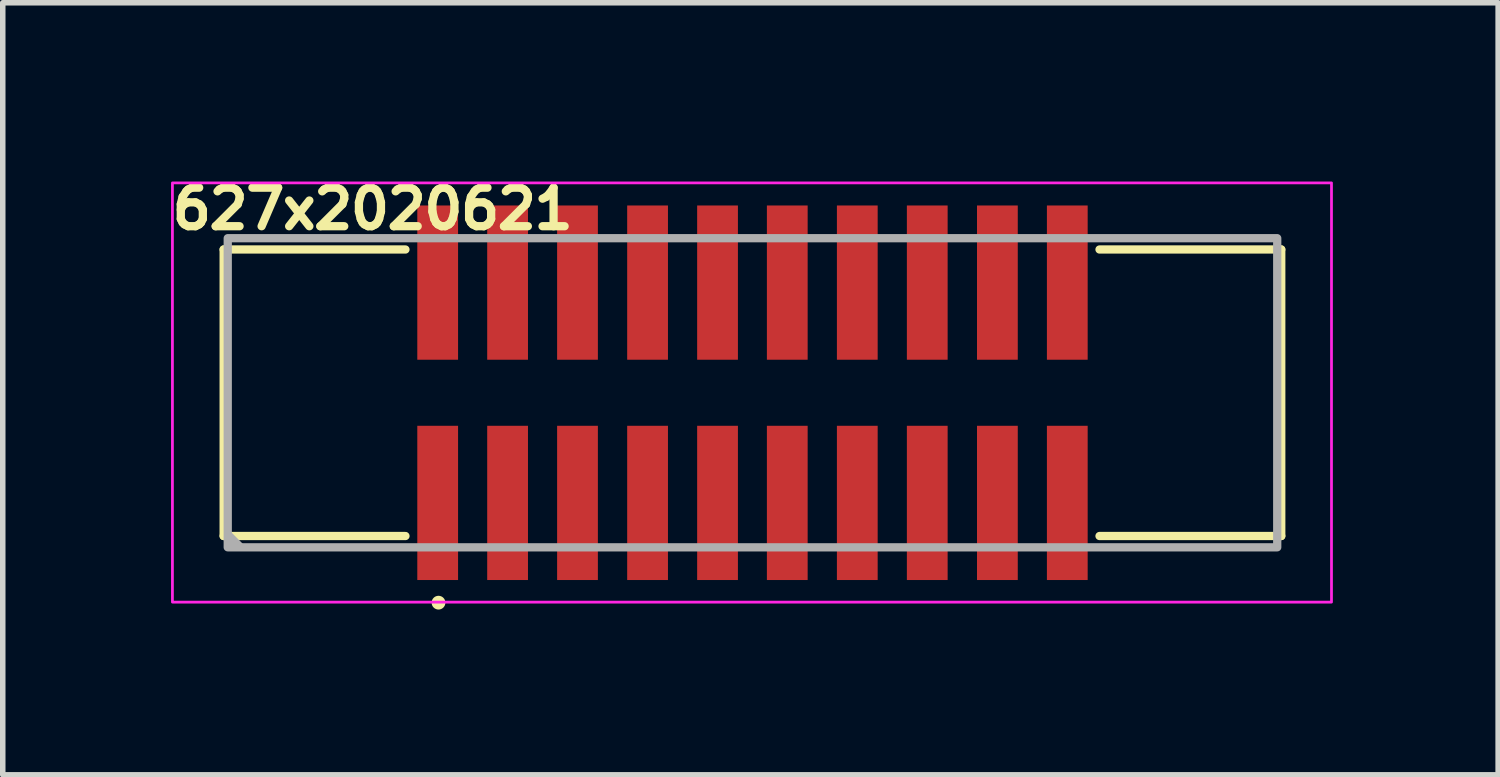
<source format=kicad_pcb>
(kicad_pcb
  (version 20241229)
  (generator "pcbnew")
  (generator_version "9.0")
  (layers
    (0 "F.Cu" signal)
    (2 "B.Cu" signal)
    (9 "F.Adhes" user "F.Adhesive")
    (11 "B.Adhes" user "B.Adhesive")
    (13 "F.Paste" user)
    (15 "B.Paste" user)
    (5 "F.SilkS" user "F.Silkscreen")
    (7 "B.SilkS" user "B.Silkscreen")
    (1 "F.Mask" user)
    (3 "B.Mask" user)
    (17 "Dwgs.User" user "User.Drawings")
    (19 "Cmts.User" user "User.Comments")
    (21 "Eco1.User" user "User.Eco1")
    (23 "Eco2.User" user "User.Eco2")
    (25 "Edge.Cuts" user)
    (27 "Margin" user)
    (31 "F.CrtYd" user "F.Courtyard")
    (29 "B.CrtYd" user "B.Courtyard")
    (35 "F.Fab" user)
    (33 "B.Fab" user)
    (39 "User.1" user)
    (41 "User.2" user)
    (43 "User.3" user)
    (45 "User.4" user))
  (footprint "627x2020621"
    (layer "F.Cu")
    (at 10.61 4.08)
    (property "Reference" "627x2020621" (at -10.61 -2.93 0) (layer "F.SilkS") (effects (font (size 0.7 0.7) (thickness 0.15)) (justify left bottom)))
    (attr smd)
    (fp_line (start -9.6 -2.601) (end -9.6 2.6) (stroke (width 0.15) (type solid)) (layer "F.SilkS"))
    (fp_line (start -9.6 -2.601) (end -6.3 -2.601) (stroke (width 0.15) (type solid)) (layer "F.SilkS"))
    (fp_line (start -9.6 2.6) (end -6.3 2.6) (stroke (width 0.15) (type solid)) (layer "F.SilkS"))
    (fp_line (start 6.299 -2.601) (end 9.598 -2.601) (stroke (width 0.15) (type solid)) (layer "F.SilkS"))
    (fp_line (start 6.299 2.6) (end 9.598 2.6) (stroke (width 0.15) (type solid)) (layer "F.SilkS"))
    (fp_line (start 9.598 -2.601) (end 9.598 2.6) (stroke (width 0.15) (type solid)) (layer "F.SilkS"))
    (fp_circle (center -5.7 3.81) (end -5.65 3.81) (stroke (width 0.15) (type solid)) (fill yes) (layer "F.SilkS"))
    (fp_rect (start -10.53 -3.81) (end 10.51 3.8) (stroke (width 0.05) (type solid)) (fill no) (layer "F.CrtYd"))
    (fp_line (start -9.51 2.59) (end -9.31 2.79) (stroke (width 0.15) (type solid)) (layer "F.Fab"))
    (fp_rect (start -9.526 -2.806) (end 9.525 2.805) (stroke (width 0.15) (type solid)) (fill no) (layer "F.Fab"))
    (fp_rect (start -9.526 -2.806) (end 9.525 2.805) (stroke (width 0.1) (type solid)) (fill no) (layer "User.5"))
    (fp_line (start -9.526 -2.5) (end 9.525 -2.5) (stroke (width 0.02) (type solid)) (layer "User.9"))
    (fp_line (start -9.526 2.499) (end -9.526 -2.5) (stroke (width 0.02) (type solid)) (layer "User.9"))
    (fp_line (start -9.526 2.499) (end -1.2 2.499) (stroke (width 0.02) (type solid)) (layer "User.9"))
    (fp_line (start -9.125 -2.101) (end -8.725 -1.7) (stroke (width 0.02) (type solid)) (layer "User.9"))
    (fp_line (start -9.125 -2.101) (end 9.124 -2.101) (stroke (width 0.02) (type solid)) (layer "User.9"))
    (fp_line (start -9.125 2.1) (end -9.125 -2.101) (stroke (width 0.02) (type solid)) (layer "User.9"))
    (fp_line (start -9.125 2.1) (end -8.725 1.699) (stroke (width 0.02) (type solid)) (layer "User.9"))
    (fp_line (start -8.725 -1.7) (end -8.725 1.699) (stroke (width 0.02) (type solid)) (layer "User.9"))
    (fp_line (start -8.725 1.699) (end -1.2 1.699) (stroke (width 0.02) (type solid)) (layer "User.9"))
    (fp_line (start -6.768 2.548) (end -6.768 2.499) (stroke (width 0.02) (type solid)) (layer "User.9"))
    (fp_line (start -5.915 -0.835) (end -5.515 -0.835) (stroke (width 0.02) (type solid)) (layer "User.9"))
    (fp_line (start -5.915 -0.435) (end -5.915 -0.835) (stroke (width 0.02) (type solid)) (layer "User.9"))
    (fp_line (start -5.915 0.433) (end -5.816 0.535) (stroke (width 0.02) (type solid)) (layer "User.9"))
    (fp_line (start -5.915 0.433) (end -5.515 0.433) (stroke (width 0.02) (type solid)) (layer "User.9"))
    (fp_line (start -5.915 0.833) (end -5.915 0.433) (stroke (width 0.02) (type solid)) (layer "User.9"))
    (fp_line (start -5.816 -2.755) (end -5.896 -2.5) (stroke (width 0.02) (type solid)) (layer "User.9"))
    (fp_line (start -5.816 -2.755) (end -5.617 -2.755) (stroke (width 0.02) (type solid)) (layer "User.9"))
    (fp_line (start -5.816 -0.735) (end -5.915 -0.835) (stroke (width 0.02) (type solid)) (layer "User.9"))
    (fp_line (start -5.816 -0.735) (end -5.816 -0.537) (stroke (width 0.02) (type solid)) (layer "User.9"))
    (fp_line (start -5.816 -0.537) (end -5.915 -0.435) (stroke (width 0.02) (type solid)) (layer "User.9"))
    (fp_line (start -5.816 -0.537) (end -5.617 -0.537) (stroke (width 0.02) (type solid)) (layer "User.9"))
    (fp_line (start -5.816 0.535) (end -5.816 0.733) (stroke (width 0.02) (type solid)) (layer "User.9"))
    (fp_line (start -5.816 0.733) (end -5.915 0.833) (stroke (width 0.02) (type solid)) (layer "User.9"))
    (fp_line (start -5.816 0.733) (end -5.617 0.733) (stroke (width 0.02) (type solid)) (layer "User.9"))
    (fp_line (start -5.816 2.753) (end -5.88 2.548) (stroke (width 0.02) (type solid)) (layer "User.9"))
    (fp_line (start -5.617 -2.755) (end -5.537 -2.5) (stroke (width 0.02) (type solid)) (layer "User.9"))
    (fp_line (start -5.617 -0.735) (end -5.816 -0.735) (stroke (width 0.02) (type solid)) (layer "User.9"))
    (fp_line (start -5.617 -0.735) (end -5.515 -0.835) (stroke (width 0.02) (type solid)) (layer "User.9"))
    (fp_line (start -5.617 -0.537) (end -5.617 -0.735) (stroke (width 0.02) (type solid)) (layer "User.9"))
    (fp_line (start -5.617 0.535) (end -5.816 0.535) (stroke (width 0.02) (type solid)) (layer "User.9"))
    (fp_line (start -5.617 0.535) (end -5.515 0.433) (stroke (width 0.02) (type solid)) (layer "User.9"))
    (fp_line (start -5.617 0.733) (end -5.617 0.535) (stroke (width 0.02) (type solid)) (layer "User.9"))
    (fp_line (start -5.617 0.733) (end -5.515 0.833) (stroke (width 0.02) (type solid)) (layer "User.9"))
    (fp_line (start -5.617 2.753) (end -5.816 2.753) (stroke (width 0.02) (type solid)) (layer "User.9"))
    (fp_line (start -5.617 2.753) (end -5.552 2.548) (stroke (width 0.02) (type solid)) (layer "User.9"))
    (fp_line (start -5.515 -0.835) (end -5.515 -0.435) (stroke (width 0.02) (type solid)) (layer "User.9"))
    (fp_line (start -5.515 -0.435) (end -5.915 -0.435) (stroke (width 0.02) (type solid)) (layer "User.9"))
    (fp_line (start -5.515 -0.435) (end -5.617 -0.537) (stroke (width 0.02) (type solid)) (layer "User.9"))
    (fp_line (start -5.515 0.433) (end -5.515 0.833) (stroke (width 0.02) (type solid)) (layer "User.9"))
    (fp_line (start -5.515 0.833) (end -5.915 0.833) (stroke (width 0.02) (type solid)) (layer "User.9"))
    (fp_line (start -5.268 2.548) (end -6.768 2.548) (stroke (width 0.02) (type solid)) (layer "User.9"))
    (fp_line (start -5.268 2.548) (end -5.268 2.499) (stroke (width 0.02) (type solid)) (layer "User.9"))
    (fp_line (start -4.646 -0.885) (end -4.247 -0.885) (stroke (width 0.02) (type solid)) (layer "User.9"))
    (fp_line (start -4.646 -0.485) (end -4.646 -0.885) (stroke (width 0.02) (type solid)) (layer "User.9"))
    (fp_line (start -4.646 -0.435) (end -4.646 -0.485) (stroke (width 0.02) (type solid)) (layer "User.9"))
    (fp_line (start -4.646 0.433) (end -4.247 0.433) (stroke (width 0.02) (type solid)) (layer "User.9"))
    (fp_line (start -4.646 0.483) (end -4.646 0.433) (stroke (width 0.02) (type solid)) (layer "User.9"))
    (fp_line (start -4.646 0.483) (end -4.545 0.583) (stroke (width 0.02) (type solid)) (layer "User.9"))
    (fp_line (start -4.646 0.483) (end -4.247 0.483) (stroke (width 0.02) (type solid)) (layer "User.9"))
    (fp_line (start -4.646 0.883) (end -4.646 0.483) (stroke (width 0.02) (type solid)) (layer "User.9"))
    (fp_line (start -4.545 -2.806) (end -4.641 -2.5) (stroke (width 0.02) (type solid)) (layer "User.9"))
    (fp_line (start -4.545 -2.806) (end -4.345 -2.806) (stroke (width 0.02) (type solid)) (layer "User.9"))
    (fp_line (start -4.545 -0.787) (end -4.646 -0.885) (stroke (width 0.02) (type solid)) (layer "User.9"))
    (fp_line (start -4.545 -0.787) (end -4.545 -0.585) (stroke (width 0.02) (type solid)) (layer "User.9"))
    (fp_line (start -4.545 -0.585) (end -4.646 -0.485) (stroke (width 0.02) (type solid)) (layer "User.9"))
    (fp_line (start -4.545 -0.585) (end -4.345 -0.585) (stroke (width 0.02) (type solid)) (layer "User.9"))
    (fp_line (start -4.545 0.583) (end -4.545 0.785) (stroke (width 0.02) (type solid)) (layer "User.9"))
    (fp_line (start -4.545 0.785) (end -4.646 0.883) (stroke (width 0.02) (type solid)) (layer "User.9"))
    (fp_line (start -4.545 0.785) (end -4.345 0.785) (stroke (width 0.02) (type solid)) (layer "User.9"))
    (fp_line (start -4.545 2.805) (end -4.641 2.499) (stroke (width 0.02) (type solid)) (layer "User.9"))
    (fp_line (start -4.345 -2.806) (end -4.25 -2.5) (stroke (width 0.02) (type solid)) (layer "User.9"))
    (fp_line (start -4.345 -0.787) (end -4.545 -0.787) (stroke (width 0.02) (type solid)) (layer "User.9"))
    (fp_line (start -4.345 -0.787) (end -4.247 -0.885) (stroke (width 0.02) (type solid)) (layer "User.9"))
    (fp_line (start -4.345 -0.585) (end -4.345 -0.787) (stroke (width 0.02) (type solid)) (layer "User.9"))
    (fp_line (start -4.345 0.583) (end -4.545 0.583) (stroke (width 0.02) (type solid)) (layer "User.9"))
    (fp_line (start -4.345 0.583) (end -4.247 0.483) (stroke (width 0.02) (type solid)) (layer "User.9"))
    (fp_line (start -4.345 0.785) (end -4.345 0.583) (stroke (width 0.02) (type solid)) (layer "User.9"))
    (fp_line (start -4.345 0.785) (end -4.247 0.883) (stroke (width 0.02) (type solid)) (layer "User.9"))
    (fp_line (start -4.345 2.805) (end -4.545 2.805) (stroke (width 0.02) (type solid)) (layer "User.9"))
    (fp_line (start -4.345 2.805) (end -4.25 2.499) (stroke (width 0.02) (type solid)) (layer "User.9"))
    (fp_line (start -4.247 -0.885) (end -4.247 -0.485) (stroke (width 0.02) (type solid)) (layer "User.9"))
    (fp_line (start -4.247 -0.485) (end -4.646 -0.485) (stroke (width 0.02) (type solid)) (layer "User.9"))
    (fp_line (start -4.247 -0.485) (end -4.345 -0.585) (stroke (width 0.02) (type solid)) (layer "User.9"))
    (fp_line (start -4.247 -0.485) (end -4.247 -0.435) (stroke (width 0.02) (type solid)) (layer "User.9"))
    (fp_line (start -4.247 -0.435) (end -4.646 -0.435) (stroke (width 0.02) (type solid)) (layer "User.9"))
    (fp_line (start -4.247 0.433) (end -4.247 0.483) (stroke (width 0.02) (type solid)) (layer "User.9"))
    (fp_line (start -4.247 0.483) (end -4.247 0.883) (stroke (width 0.02) (type solid)) (layer "User.9"))
    (fp_line (start -4.247 0.883) (end -4.646 0.883) (stroke (width 0.02) (type solid)) (layer "User.9"))
    (fp_line (start -3.375 -0.885) (end -2.976 -0.885) (stroke (width 0.02) (type solid)) (layer "User.9"))
    (fp_line (start -3.375 -0.485) (end -3.375 -0.885) (stroke (width 0.02) (type solid)) (layer "User.9"))
    (fp_line (start -3.375 -0.435) (end -3.375 -0.485) (stroke (width 0.02) (type solid)) (layer "User.9"))
    (fp_line (start -3.375 0.433) (end -2.976 0.433) (stroke (width 0.02) (type solid)) (layer "User.9"))
    (fp_line (start -3.375 0.483) (end -3.375 0.433) (stroke (width 0.02) (type solid)) (layer "User.9"))
    (fp_line (start -3.375 0.483) (end -3.275 0.583) (stroke (width 0.02) (type solid)) (layer "User.9"))
    (fp_line (start -3.375 0.483) (end -2.976 0.483) (stroke (width 0.02) (type solid)) (layer "User.9"))
    (fp_line (start -3.375 0.883) (end -3.375 0.483) (stroke (width 0.02) (type solid)) (layer "User.9"))
    (fp_line (start -3.275 -2.806) (end -3.371 -2.5) (stroke (width 0.02) (type solid)) (layer "User.9"))
    (fp_line (start -3.275 -2.806) (end -3.077 -2.806) (stroke (width 0.02) (type solid)) (layer "User.9"))
    (fp_line (start -3.275 -0.787) (end -3.375 -0.885) (stroke (width 0.02) (type solid)) (layer "User.9"))
    (fp_line (start -3.275 -0.787) (end -3.275 -0.585) (stroke (width 0.02) (type solid)) (layer "User.9"))
    (fp_line (start -3.275 -0.585) (end -3.375 -0.485) (stroke (width 0.02) (type solid)) (layer "User.9"))
    (fp_line (start -3.275 -0.585) (end -3.077 -0.585) (stroke (width 0.02) (type solid)) (layer "User.9"))
    (fp_line (start -3.275 0.583) (end -3.275 0.785) (stroke (width 0.02) (type solid)) (layer "User.9"))
    (fp_line (start -3.275 0.785) (end -3.375 0.883) (stroke (width 0.02) (type solid)) (layer "User.9"))
    (fp_line (start -3.275 0.785) (end -3.077 0.785) (stroke (width 0.02) (type solid)) (layer "User.9"))
    (fp_line (start -3.275 2.805) (end -3.371 2.499) (stroke (width 0.02) (type solid)) (layer "User.9"))
    (fp_line (start -3.077 -2.806) (end -2.98 -2.5) (stroke (width 0.02) (type solid)) (layer "User.9"))
    (fp_line (start -3.077 -0.787) (end -3.275 -0.787) (stroke (width 0.02) (type solid)) (layer "User.9"))
    (fp_line (start -3.077 -0.787) (end -2.976 -0.885) (stroke (width 0.02) (type solid)) (layer "User.9"))
    (fp_line (start -3.077 -0.585) (end -3.077 -0.787) (stroke (width 0.02) (type solid)) (layer "User.9"))
    (fp_line (start -3.077 0.583) (end -3.275 0.583) (stroke (width 0.02) (type solid)) (layer "User.9"))
    (fp_line (start -3.077 0.583) (end -2.976 0.483) (stroke (width 0.02) (type solid)) (layer "User.9"))
    (fp_line (start -3.077 0.785) (end -3.077 0.583) (stroke (width 0.02) (type solid)) (layer "User.9"))
    (fp_line (start -3.077 0.785) (end -2.976 0.883) (stroke (width 0.02) (type solid)) (layer "User.9"))
    (fp_line (start -3.077 2.805) (end -3.275 2.805) (stroke (width 0.02) (type solid)) (layer "User.9"))
    (fp_line (start -3.077 2.805) (end -2.98 2.499) (stroke (width 0.02) (type solid)) (layer "User.9"))
    (fp_line (start -2.976 -0.885) (end -2.976 -0.485) (stroke (width 0.02) (type solid)) (layer "User.9"))
    (fp_line (start -2.976 -0.485) (end -3.375 -0.485) (stroke (width 0.02) (type solid)) (layer "User.9"))
    (fp_line (start -2.976 -0.485) (end -3.077 -0.585) (stroke (width 0.02) (type solid)) (layer "User.9"))
    (fp_line (start -2.976 -0.485) (end -2.976 -0.435) (stroke (width 0.02) (type solid)) (layer "User.9"))
    (fp_line (start -2.976 -0.435) (end -3.375 -0.435) (stroke (width 0.02) (type solid)) (layer "User.9"))
    (fp_line (start -2.976 0.433) (end -2.976 0.483) (stroke (width 0.02) (type solid)) (layer "User.9"))
    (fp_line (start -2.976 0.483) (end -2.976 0.883) (stroke (width 0.02) (type solid)) (layer "User.9"))
    (fp_line (start -2.976 0.883) (end -3.375 0.883) (stroke (width 0.02) (type solid)) (layer "User.9"))
    (fp_line (start -2.105 -0.885) (end -1.706 -0.885) (stroke (width 0.02) (type solid)) (layer "User.9"))
    (fp_line (start -2.105 -0.485) (end -2.105 -0.885) (stroke (width 0.02) (type solid)) (layer "User.9"))
    (fp_line (start -2.105 -0.435) (end -2.105 -0.485) (stroke (width 0.02) (type solid)) (layer "User.9"))
    (fp_line (start -2.105 0.433) (end -1.706 0.433) (stroke (width 0.02) (type solid)) (layer "User.9"))
    (fp_line (start -2.105 0.483) (end -2.105 0.433) (stroke (width 0.02) (type solid)) (layer "User.9"))
    (fp_line (start -2.105 0.483) (end -2.005 0.583) (stroke (width 0.02) (type solid)) (layer "User.9"))
    (fp_line (start -2.105 0.483) (end -1.706 0.483) (stroke (width 0.02) (type solid)) (layer "User.9"))
    (fp_line (start -2.105 0.883) (end -2.105 0.483) (stroke (width 0.02) (type solid)) (layer "User.9"))
    (fp_line (start -2.005 -2.806) (end -2.101 -2.5) (stroke (width 0.02) (type solid)) (layer "User.9"))
    (fp_line (start -2.005 -2.806) (end -1.805 -2.806) (stroke (width 0.02) (type solid)) (layer "User.9"))
    (fp_line (start -2.005 -0.787) (end -2.105 -0.885) (stroke (width 0.02) (type solid)) (layer "User.9"))
    (fp_line (start -2.005 -0.787) (end -2.005 -0.585) (stroke (width 0.02) (type solid)) (layer "User.9"))
    (fp_line (start -2.005 -0.585) (end -2.105 -0.485) (stroke (width 0.02) (type solid)) (layer "User.9"))
    (fp_line (start -2.005 -0.585) (end -1.805 -0.585) (stroke (width 0.02) (type solid)) (layer "User.9"))
    (fp_line (start -2.005 0.583) (end -2.005 0.785) (stroke (width 0.02) (type solid)) (layer "User.9"))
    (fp_line (start -2.005 0.785) (end -2.105 0.883) (stroke (width 0.02) (type solid)) (layer "User.9"))
    (fp_line (start -2.005 0.785) (end -1.805 0.785) (stroke (width 0.02) (type solid)) (layer "User.9"))
    (fp_line (start -2.005 2.805) (end -2.101 2.499) (stroke (width 0.02) (type solid)) (layer "User.9"))
    (fp_line (start -1.805 -2.806) (end -1.71 -2.5) (stroke (width 0.02) (type solid)) (layer "User.9"))
    (fp_line (start -1.805 -0.787) (end -2.005 -0.787) (stroke (width 0.02) (type solid)) (layer "User.9"))
    (fp_line (start -1.805 -0.787) (end -1.706 -0.885) (stroke (width 0.02) (type solid)) (layer "User.9"))
    (fp_line (start -1.805 -0.585) (end -1.805 -0.787) (stroke (width 0.02) (type solid)) (layer "User.9"))
    (fp_line (start -1.805 0.583) (end -2.005 0.583) (stroke (width 0.02) (type solid)) (layer "User.9"))
    (fp_line (start -1.805 0.583) (end -1.706 0.483) (stroke (width 0.02) (type solid)) (layer "User.9"))
    (fp_line (start -1.805 0.785) (end -1.805 0.583) (stroke (width 0.02) (type solid)) (layer "User.9"))
    (fp_line (start -1.805 0.785) (end -1.706 0.883) (stroke (width 0.02) (type solid)) (layer "User.9"))
    (fp_line (start -1.805 2.805) (end -2.005 2.805) (stroke (width 0.02) (type solid)) (layer "User.9"))
    (fp_line (start -1.805 2.805) (end -1.71 2.499) (stroke (width 0.02) (type solid)) (layer "User.9"))
    (fp_line (start -1.706 -0.885) (end -1.706 -0.485) (stroke (width 0.02) (type solid)) (layer "User.9"))
    (fp_line (start -1.706 -0.485) (end -2.105 -0.485) (stroke (width 0.02) (type solid)) (layer "User.9"))
    (fp_line (start -1.706 -0.485) (end -1.805 -0.585) (stroke (width 0.02) (type solid)) (layer "User.9"))
    (fp_line (start -1.706 -0.485) (end -1.706 -0.435) (stroke (width 0.02) (type solid)) (layer "User.9"))
    (fp_line (start -1.706 -0.435) (end -2.105 -0.435) (stroke (width 0.02) (type solid)) (layer "User.9"))
    (fp_line (start -1.706 0.433) (end -1.706 0.483) (stroke (width 0.02) (type solid)) (layer "User.9"))
    (fp_line (start -1.706 0.483) (end -1.706 0.883) (stroke (width 0.02) (type solid)) (layer "User.9"))
    (fp_line (start -1.706 0.883) (end -2.105 0.883) (stroke (width 0.02) (type solid)) (layer "User.9"))
    (fp_line (start -1.2 2.1) (end -9.125 2.1) (stroke (width 0.02) (type solid)) (layer "User.9"))
    (fp_line (start -1.2 2.1) (end -1.2 1.699) (stroke (width 0.02) (type solid)) (layer "User.9"))
    (fp_line (start -1.2 2.499) (end -1.2 2.1) (stroke (width 0.02) (type solid)) (layer "User.9"))
    (fp_line (start -0.835 -0.885) (end -0.435 -0.885) (stroke (width 0.02) (type solid)) (layer "User.9"))
    (fp_line (start -0.835 -0.485) (end -0.835 -0.885) (stroke (width 0.02) (type solid)) (layer "User.9"))
    (fp_line (start -0.835 -0.435) (end -0.835 -0.485) (stroke (width 0.02) (type solid)) (layer "User.9"))
    (fp_line (start -0.835 0.433) (end -0.435 0.433) (stroke (width 0.02) (type solid)) (layer "User.9"))
    (fp_line (start -0.835 0.483) (end -0.835 0.433) (stroke (width 0.02) (type solid)) (layer "User.9"))
    (fp_line (start -0.835 0.483) (end -0.735 0.583) (stroke (width 0.02) (type solid)) (layer "User.9"))
    (fp_line (start -0.835 0.483) (end -0.435 0.483) (stroke (width 0.02) (type solid)) (layer "User.9"))
    (fp_line (start -0.835 0.883) (end -0.835 0.483) (stroke (width 0.02) (type solid)) (layer "User.9"))
    (fp_line (start -0.735 -2.806) (end -0.832 -2.5) (stroke (width 0.02) (type solid)) (layer "User.9"))
    (fp_line (start -0.735 -2.806) (end -0.537 -2.806) (stroke (width 0.02) (type solid)) (layer "User.9"))
    (fp_line (start -0.735 -0.787) (end -0.835 -0.885) (stroke (width 0.02) (type solid)) (layer "User.9"))
    (fp_line (start -0.735 -0.787) (end -0.735 -0.585) (stroke (width 0.02) (type solid)) (layer "User.9"))
    (fp_line (start -0.735 -0.585) (end -0.835 -0.485) (stroke (width 0.02) (type solid)) (layer "User.9"))
    (fp_line (start -0.735 -0.585) (end -0.537 -0.585) (stroke (width 0.02) (type solid)) (layer "User.9"))
    (fp_line (start -0.735 0.583) (end -0.735 0.785) (stroke (width 0.02) (type solid)) (layer "User.9"))
    (fp_line (start -0.735 0.785) (end -0.835 0.883) (stroke (width 0.02) (type solid)) (layer "User.9"))
    (fp_line (start -0.735 0.785) (end -0.537 0.785) (stroke (width 0.02) (type solid)) (layer "User.9"))
    (fp_line (start -0.735 2.805) (end -0.832 2.499) (stroke (width 0.02) (type solid)) (layer "User.9"))
    (fp_line (start -0.537 -2.806) (end -0.44 -2.5) (stroke (width 0.02) (type solid)) (layer "User.9"))
    (fp_line (start -0.537 -0.787) (end -0.735 -0.787) (stroke (width 0.02) (type solid)) (layer "User.9"))
    (fp_line (start -0.537 -0.787) (end -0.435 -0.885) (stroke (width 0.02) (type solid)) (layer "User.9"))
    (fp_line (start -0.537 -0.585) (end -0.537 -0.787) (stroke (width 0.02) (type solid)) (layer "User.9"))
    (fp_line (start -0.537 0.583) (end -0.735 0.583) (stroke (width 0.02) (type solid)) (layer "User.9"))
    (fp_line (start -0.537 0.583) (end -0.435 0.483) (stroke (width 0.02) (type solid)) (layer "User.9"))
    (fp_line (start -0.537 0.785) (end -0.537 0.583) (stroke (width 0.02) (type solid)) (layer "User.9"))
    (fp_line (start -0.537 0.785) (end -0.435 0.883) (stroke (width 0.02) (type solid)) (layer "User.9"))
    (fp_line (start -0.537 2.805) (end -0.735 2.805) (stroke (width 0.02) (type solid)) (layer "User.9"))
    (fp_line (start -0.537 2.805) (end -0.44 2.499) (stroke (width 0.02) (type solid)) (layer "User.9"))
    (fp_line (start -0.435 -0.885) (end -0.435 -0.485) (stroke (width 0.02) (type solid)) (layer "User.9"))
    (fp_line (start -0.435 -0.485) (end -0.835 -0.485) (stroke (width 0.02) (type solid)) (layer "User.9"))
    (fp_line (start -0.435 -0.485) (end -0.537 -0.585) (stroke (width 0.02) (type solid)) (layer "User.9"))
    (fp_line (start -0.435 -0.485) (end -0.435 -0.435) (stroke (width 0.02) (type solid)) (layer "User.9"))
    (fp_line (start -0.435 -0.435) (end -0.835 -0.435) (stroke (width 0.02) (type solid)) (layer "User.9"))
    (fp_line (start -0.435 0.433) (end -0.435 0.483) (stroke (width 0.02) (type solid)) (layer "User.9"))
    (fp_line (start -0.435 0.483) (end -0.435 0.883) (stroke (width 0.02) (type solid)) (layer "User.9"))
    (fp_line (start -0.435 0.883) (end -0.835 0.883) (stroke (width 0.02) (type solid)) (layer "User.9"))
    (fp_line (start 0.433 -0.885) (end 0.833 -0.885) (stroke (width 0.02) (type solid)) (layer "User.9"))
    (fp_line (start 0.433 -0.485) (end 0.433 -0.885) (stroke (width 0.02) (type solid)) (layer "User.9"))
    (fp_line (start 0.433 -0.435) (end 0.433 -0.485) (stroke (width 0.02) (type solid)) (layer "User.9"))
    (fp_line (start 0.433 0.433) (end 0.833 0.433) (stroke (width 0.02) (type solid)) (layer "User.9"))
    (fp_line (start 0.433 0.483) (end 0.433 0.433) (stroke (width 0.02) (type solid)) (layer "User.9"))
    (fp_line (start 0.433 0.483) (end 0.535 0.583) (stroke (width 0.02) (type solid)) (layer "User.9"))
    (fp_line (start 0.433 0.483) (end 0.833 0.483) (stroke (width 0.02) (type solid)) (layer "User.9"))
    (fp_line (start 0.433 0.883) (end 0.433 0.483) (stroke (width 0.02) (type solid)) (layer "User.9"))
    (fp_line (start 0.535 -2.806) (end 0.438 -2.5) (stroke (width 0.02) (type solid)) (layer "User.9"))
    (fp_line (start 0.535 -2.806) (end 0.733 -2.806) (stroke (width 0.02) (type solid)) (layer "User.9"))
    (fp_line (start 0.535 -0.787) (end 0.433 -0.885) (stroke (width 0.02) (type solid)) (layer "User.9"))
    (fp_line (start 0.535 -0.787) (end 0.535 -0.585) (stroke (width 0.02) (type solid)) (layer "User.9"))
    (fp_line (start 0.535 -0.585) (end 0.433 -0.485) (stroke (width 0.02) (type solid)) (layer "User.9"))
    (fp_line (start 0.535 -0.585) (end 0.733 -0.585) (stroke (width 0.02) (type solid)) (layer "User.9"))
    (fp_line (start 0.535 0.583) (end 0.535 0.785) (stroke (width 0.02) (type solid)) (layer "User.9"))
    (fp_line (start 0.535 0.785) (end 0.433 0.883) (stroke (width 0.02) (type solid)) (layer "User.9"))
    (fp_line (start 0.535 0.785) (end 0.733 0.785) (stroke (width 0.02) (type solid)) (layer "User.9"))
    (fp_line (start 0.535 2.805) (end 0.438 2.499) (stroke (width 0.02) (type solid)) (layer "User.9"))
    (fp_line (start 0.733 -2.806) (end 0.83 -2.5) (stroke (width 0.02) (type solid)) (layer "User.9"))
    (fp_line (start 0.733 -0.787) (end 0.535 -0.787) (stroke (width 0.02) (type solid)) (layer "User.9"))
    (fp_line (start 0.733 -0.787) (end 0.833 -0.885) (stroke (width 0.02) (type solid)) (layer "User.9"))
    (fp_line (start 0.733 -0.585) (end 0.733 -0.787) (stroke (width 0.02) (type solid)) (layer "User.9"))
    (fp_line (start 0.733 0.583) (end 0.535 0.583) (stroke (width 0.02) (type solid)) (layer "User.9"))
    (fp_line (start 0.733 0.583) (end 0.833 0.483) (stroke (width 0.02) (type solid)) (layer "User.9"))
    (fp_line (start 0.733 0.785) (end 0.733 0.583) (stroke (width 0.02) (type solid)) (layer "User.9"))
    (fp_line (start 0.733 0.785) (end 0.833 0.883) (stroke (width 0.02) (type solid)) (layer "User.9"))
    (fp_line (start 0.733 2.805) (end 0.535 2.805) (stroke (width 0.02) (type solid)) (layer "User.9"))
    (fp_line (start 0.733 2.805) (end 0.83 2.499) (stroke (width 0.02) (type solid)) (layer "User.9"))
    (fp_line (start 0.833 -0.885) (end 0.833 -0.485) (stroke (width 0.02) (type solid)) (layer "User.9"))
    (fp_line (start 0.833 -0.485) (end 0.433 -0.485) (stroke (width 0.02) (type solid)) (layer "User.9"))
    (fp_line (start 0.833 -0.485) (end 0.733 -0.585) (stroke (width 0.02) (type solid)) (layer "User.9"))
    (fp_line (start 0.833 -0.485) (end 0.833 -0.435) (stroke (width 0.02) (type solid)) (layer "User.9"))
    (fp_line (start 0.833 -0.435) (end 0.433 -0.435) (stroke (width 0.02) (type solid)) (layer "User.9"))
    (fp_line (start 0.833 0.433) (end 0.833 0.483) (stroke (width 0.02) (type solid)) (layer "User.9"))
    (fp_line (start 0.833 0.483) (end 0.833 0.883) (stroke (width 0.02) (type solid)) (layer "User.9"))
    (fp_line (start 0.833 0.883) (end 0.433 0.883) (stroke (width 0.02) (type solid)) (layer "User.9"))
    (fp_line (start 1.199 1.699) (end 1.199 2.1) (stroke (width 0.02) (type solid)) (layer "User.9"))
    (fp_line (start 1.199 1.699) (end 8.724 1.699) (stroke (width 0.02) (type solid)) (layer "User.9"))
    (fp_line (start 1.199 2.1) (end 1.199 2.499) (stroke (width 0.02) (type solid)) (layer "User.9"))
    (fp_line (start 1.199 2.499) (end -1.2 2.499) (stroke (width 0.02) (type solid)) (layer "User.9"))
    (fp_line (start 1.199 2.499) (end 9.525 2.499) (stroke (width 0.02) (type solid)) (layer "User.9"))
    (fp_line (start 1.705 -0.885) (end 2.104 -0.885) (stroke (width 0.02) (type solid)) (layer "User.9"))
    (fp_line (start 1.705 -0.485) (end 1.705 -0.885) (stroke (width 0.02) (type solid)) (layer "User.9"))
    (fp_line (start 1.705 -0.435) (end 1.705 -0.485) (stroke (width 0.02) (type solid)) (layer "User.9"))
    (fp_line (start 1.705 0.433) (end 2.104 0.433) (stroke (width 0.02) (type solid)) (layer "User.9"))
    (fp_line (start 1.705 0.483) (end 1.705 0.433) (stroke (width 0.02) (type solid)) (layer "User.9"))
    (fp_line (start 1.705 0.483) (end 1.804 0.583) (stroke (width 0.02) (type solid)) (layer "User.9"))
    (fp_line (start 1.705 0.483) (end 2.104 0.483) (stroke (width 0.02) (type solid)) (layer "User.9"))
    (fp_line (start 1.705 0.883) (end 1.705 0.483) (stroke (width 0.02) (type solid)) (layer "User.9"))
    (fp_line (start 1.804 -2.806) (end 1.709 -2.5) (stroke (width 0.02) (type solid)) (layer "User.9"))
    (fp_line (start 1.804 -2.806) (end 2.003 -2.806) (stroke (width 0.02) (type solid)) (layer "User.9"))
    (fp_line (start 1.804 -0.787) (end 1.705 -0.885) (stroke (width 0.02) (type solid)) (layer "User.9"))
    (fp_line (start 1.804 -0.787) (end 1.804 -0.585) (stroke (width 0.02) (type solid)) (layer "User.9"))
    (fp_line (start 1.804 -0.585) (end 1.705 -0.485) (stroke (width 0.02) (type solid)) (layer "User.9"))
    (fp_line (start 1.804 -0.585) (end 2.003 -0.585) (stroke (width 0.02) (type solid)) (layer "User.9"))
    (fp_line (start 1.804 0.583) (end 1.804 0.785) (stroke (width 0.02) (type solid)) (layer "User.9"))
    (fp_line (start 1.804 0.785) (end 1.705 0.883) (stroke (width 0.02) (type solid)) (layer "User.9"))
    (fp_line (start 1.804 0.785) (end 2.003 0.785) (stroke (width 0.02) (type solid)) (layer "User.9"))
    (fp_line (start 1.804 2.805) (end 1.709 2.499) (stroke (width 0.02) (type solid)) (layer "User.9"))
    (fp_line (start 2.003 -2.806) (end 2.1 -2.5) (stroke (width 0.02) (type solid)) (layer "User.9"))
    (fp_line (start 2.003 -0.787) (end 1.804 -0.787) (stroke (width 0.02) (type solid)) (layer "User.9"))
    (fp_line (start 2.003 -0.787) (end 2.104 -0.885) (stroke (width 0.02) (type solid)) (layer "User.9"))
    (fp_line (start 2.003 -0.585) (end 2.003 -0.787) (stroke (width 0.02) (type solid)) (layer "User.9"))
    (fp_line (start 2.003 0.583) (end 1.804 0.583) (stroke (width 0.02) (type solid)) (layer "User.9"))
    (fp_line (start 2.003 0.583) (end 2.104 0.483) (stroke (width 0.02) (type solid)) (layer "User.9"))
    (fp_line (start 2.003 0.785) (end 2.003 0.583) (stroke (width 0.02) (type solid)) (layer "User.9"))
    (fp_line (start 2.003 0.785) (end 2.104 0.883) (stroke (width 0.02) (type solid)) (layer "User.9"))
    (fp_line (start 2.003 2.805) (end 1.804 2.805) (stroke (width 0.02) (type solid)) (layer "User.9"))
    (fp_line (start 2.003 2.805) (end 2.1 2.499) (stroke (width 0.02) (type solid)) (layer "User.9"))
    (fp_line (start 2.104 -0.885) (end 2.104 -0.485) (stroke (width 0.02) (type solid)) (layer "User.9"))
    (fp_line (start 2.104 -0.485) (end 1.705 -0.485) (stroke (width 0.02) (type solid)) (layer "User.9"))
    (fp_line (start 2.104 -0.485) (end 2.003 -0.585) (stroke (width 0.02) (type solid)) (layer "User.9"))
    (fp_line (start 2.104 -0.485) (end 2.104 -0.435) (stroke (width 0.02) (type solid)) (layer "User.9"))
    (fp_line (start 2.104 -0.435) (end 1.705 -0.435) (stroke (width 0.02) (type solid)) (layer "User.9"))
    (fp_line (start 2.104 0.433) (end 2.104 0.483) (stroke (width 0.02) (type solid)) (layer "User.9"))
    (fp_line (start 2.104 0.483) (end 2.104 0.883) (stroke (width 0.02) (type solid)) (layer "User.9"))
    (fp_line (start 2.104 0.883) (end 1.705 0.883) (stroke (width 0.02) (type solid)) (layer "User.9"))
    (fp_line (start 2.975 -0.885) (end 3.374 -0.885) (stroke (width 0.02) (type solid)) (layer "User.9"))
    (fp_line (start 2.975 -0.485) (end 2.975 -0.885) (stroke (width 0.02) (type solid)) (layer "User.9"))
    (fp_line (start 2.975 -0.435) (end 2.975 -0.485) (stroke (width 0.02) (type solid)) (layer "User.9"))
    (fp_line (start 2.975 0.433) (end 3.374 0.433) (stroke (width 0.02) (type solid)) (layer "User.9"))
    (fp_line (start 2.975 0.483) (end 2.975 0.433) (stroke (width 0.02) (type solid)) (layer "User.9"))
    (fp_line (start 2.975 0.483) (end 3.075 0.583) (stroke (width 0.02) (type solid)) (layer "User.9"))
    (fp_line (start 2.975 0.483) (end 3.374 0.483) (stroke (width 0.02) (type solid)) (layer "User.9"))
    (fp_line (start 2.975 0.883) (end 2.975 0.483) (stroke (width 0.02) (type solid)) (layer "User.9"))
    (fp_line (start 3.075 -2.806) (end 2.979 -2.5) (stroke (width 0.02) (type solid)) (layer "User.9"))
    (fp_line (start 3.075 -2.806) (end 3.273 -2.806) (stroke (width 0.02) (type solid)) (layer "User.9"))
    (fp_line (start 3.075 -0.787) (end 2.975 -0.885) (stroke (width 0.02) (type solid)) (layer "User.9"))
    (fp_line (start 3.075 -0.787) (end 3.075 -0.585) (stroke (width 0.02) (type solid)) (layer "User.9"))
    (fp_line (start 3.075 -0.585) (end 2.975 -0.485) (stroke (width 0.02) (type solid)) (layer "User.9"))
    (fp_line (start 3.075 -0.585) (end 3.273 -0.585) (stroke (width 0.02) (type solid)) (layer "User.9"))
    (fp_line (start 3.075 0.583) (end 3.075 0.785) (stroke (width 0.02) (type solid)) (layer "User.9"))
    (fp_line (start 3.075 0.785) (end 2.975 0.883) (stroke (width 0.02) (type solid)) (layer "User.9"))
    (fp_line (start 3.075 0.785) (end 3.273 0.785) (stroke (width 0.02) (type solid)) (layer "User.9"))
    (fp_line (start 3.075 2.805) (end 2.979 2.499) (stroke (width 0.02) (type solid)) (layer "User.9"))
    (fp_line (start 3.273 -2.806) (end 3.37 -2.5) (stroke (width 0.02) (type solid)) (layer "User.9"))
    (fp_line (start 3.273 -0.787) (end 3.075 -0.787) (stroke (width 0.02) (type solid)) (layer "User.9"))
    (fp_line (start 3.273 -0.787) (end 3.374 -0.885) (stroke (width 0.02) (type solid)) (layer "User.9"))
    (fp_line (start 3.273 -0.585) (end 3.273 -0.787) (stroke (width 0.02) (type solid)) (layer "User.9"))
    (fp_line (start 3.273 0.583) (end 3.075 0.583) (stroke (width 0.02) (type solid)) (layer "User.9"))
    (fp_line (start 3.273 0.583) (end 3.374 0.483) (stroke (width 0.02) (type solid)) (layer "User.9"))
    (fp_line (start 3.273 0.785) (end 3.273 0.583) (stroke (width 0.02) (type solid)) (layer "User.9"))
    (fp_line (start 3.273 0.785) (end 3.374 0.883) (stroke (width 0.02) (type solid)) (layer "User.9"))
    (fp_line (start 3.273 2.805) (end 3.075 2.805) (stroke (width 0.02) (type solid)) (layer "User.9"))
    (fp_line (start 3.273 2.805) (end 3.37 2.499) (stroke (width 0.02) (type solid)) (layer "User.9"))
    (fp_line (start 3.374 -0.885) (end 3.374 -0.485) (stroke (width 0.02) (type solid)) (layer "User.9"))
    (fp_line (start 3.374 -0.485) (end 2.975 -0.485) (stroke (width 0.02) (type solid)) (layer "User.9"))
    (fp_line (start 3.374 -0.485) (end 3.273 -0.585) (stroke (width 0.02) (type solid)) (layer "User.9"))
    (fp_line (start 3.374 -0.485) (end 3.374 -0.435) (stroke (width 0.02) (type solid)) (layer "User.9"))
    (fp_line (start 3.374 -0.435) (end 2.975 -0.435) (stroke (width 0.02) (type solid)) (layer "User.9"))
    (fp_line (start 3.374 0.433) (end 3.374 0.483) (stroke (width 0.02) (type solid)) (layer "User.9"))
    (fp_line (start 3.374 0.483) (end 3.374 0.883) (stroke (width 0.02) (type solid)) (layer "User.9"))
    (fp_line (start 3.374 0.883) (end 2.975 0.883) (stroke (width 0.02) (type solid)) (layer "User.9"))
    (fp_line (start 4.245 -0.885) (end 4.644 -0.885) (stroke (width 0.02) (type solid)) (layer "User.9"))
    (fp_line (start 4.245 -0.485) (end 4.245 -0.885) (stroke (width 0.02) (type solid)) (layer "User.9"))
    (fp_line (start 4.245 -0.435) (end 4.245 -0.485) (stroke (width 0.02) (type solid)) (layer "User.9"))
    (fp_line (start 4.245 0.433) (end 4.644 0.433) (stroke (width 0.02) (type solid)) (layer "User.9"))
    (fp_line (start 4.245 0.483) (end 4.245 0.433) (stroke (width 0.02) (type solid)) (layer "User.9"))
    (fp_line (start 4.245 0.483) (end 4.344 0.583) (stroke (width 0.02) (type solid)) (layer "User.9"))
    (fp_line (start 4.245 0.483) (end 4.644 0.483) (stroke (width 0.02) (type solid)) (layer "User.9"))
    (fp_line (start 4.245 0.883) (end 4.245 0.483) (stroke (width 0.02) (type solid)) (layer "User.9"))
    (fp_line (start 4.344 -2.806) (end 4.248 -2.5) (stroke (width 0.02) (type solid)) (layer "User.9"))
    (fp_line (start 4.344 -2.806) (end 4.544 -2.806) (stroke (width 0.02) (type solid)) (layer "User.9"))
    (fp_line (start 4.344 -0.787) (end 4.245 -0.885) (stroke (width 0.02) (type solid)) (layer "User.9"))
    (fp_line (start 4.344 -0.787) (end 4.344 -0.585) (stroke (width 0.02) (type solid)) (layer "User.9"))
    (fp_line (start 4.344 -0.585) (end 4.245 -0.485) (stroke (width 0.02) (type solid)) (layer "User.9"))
    (fp_line (start 4.344 -0.585) (end 4.544 -0.585) (stroke (width 0.02) (type solid)) (layer "User.9"))
    (fp_line (start 4.344 0.583) (end 4.344 0.785) (stroke (width 0.02) (type solid)) (layer "User.9"))
    (fp_line (start 4.344 0.785) (end 4.245 0.883) (stroke (width 0.02) (type solid)) (layer "User.9"))
    (fp_line (start 4.344 0.785) (end 4.544 0.785) (stroke (width 0.02) (type solid)) (layer "User.9"))
    (fp_line (start 4.344 2.805) (end 4.248 2.499) (stroke (width 0.02) (type solid)) (layer "User.9"))
    (fp_line (start 4.544 -2.806) (end 4.639 -2.5) (stroke (width 0.02) (type solid)) (layer "User.9"))
    (fp_line (start 4.544 -0.787) (end 4.344 -0.787) (stroke (width 0.02) (type solid)) (layer "User.9"))
    (fp_line (start 4.544 -0.787) (end 4.644 -0.885) (stroke (width 0.02) (type solid)) (layer "User.9"))
    (fp_line (start 4.544 -0.585) (end 4.544 -0.787) (stroke (width 0.02) (type solid)) (layer "User.9"))
    (fp_line (start 4.544 0.583) (end 4.344 0.583) (stroke (width 0.02) (type solid)) (layer "User.9"))
    (fp_line (start 4.544 0.583) (end 4.644 0.483) (stroke (width 0.02) (type solid)) (layer "User.9"))
    (fp_line (start 4.544 0.785) (end 4.544 0.583) (stroke (width 0.02) (type solid)) (layer "User.9"))
    (fp_line (start 4.544 0.785) (end 4.644 0.883) (stroke (width 0.02) (type solid)) (layer "User.9"))
    (fp_line (start 4.544 2.805) (end 4.344 2.805) (stroke (width 0.02) (type solid)) (layer "User.9"))
    (fp_line (start 4.544 2.805) (end 4.639 2.499) (stroke (width 0.02) (type solid)) (layer "User.9"))
    (fp_line (start 4.644 -0.885) (end 4.644 -0.485) (stroke (width 0.02) (type solid)) (layer "User.9"))
    (fp_line (start 4.644 -0.485) (end 4.245 -0.485) (stroke (width 0.02) (type solid)) (layer "User.9"))
    (fp_line (start 4.644 -0.485) (end 4.544 -0.585) (stroke (width 0.02) (type solid)) (layer "User.9"))
    (fp_line (start 4.644 -0.485) (end 4.644 -0.435) (stroke (width 0.02) (type solid)) (layer "User.9"))
    (fp_line (start 4.644 -0.435) (end 4.245 -0.435) (stroke (width 0.02) (type solid)) (layer "User.9"))
    (fp_line (start 4.644 0.433) (end 4.644 0.483) (stroke (width 0.02) (type solid)) (layer "User.9"))
    (fp_line (start 4.644 0.483) (end 4.644 0.883) (stroke (width 0.02) (type solid)) (layer "User.9"))
    (fp_line (start 4.644 0.883) (end 4.245 0.883) (stroke (width 0.02) (type solid)) (layer "User.9"))
    (fp_line (start 5.514 -0.885) (end 5.913 -0.885) (stroke (width 0.02) (type solid)) (layer "User.9"))
    (fp_line (start 5.514 -0.485) (end 5.514 -0.885) (stroke (width 0.02) (type solid)) (layer "User.9"))
    (fp_line (start 5.514 -0.435) (end 5.514 -0.485) (stroke (width 0.02) (type solid)) (layer "User.9"))
    (fp_line (start 5.514 0.433) (end 5.913 0.433) (stroke (width 0.02) (type solid)) (layer "User.9"))
    (fp_line (start 5.514 0.483) (end 5.514 0.433) (stroke (width 0.02) (type solid)) (layer "User.9"))
    (fp_line (start 5.514 0.483) (end 5.615 0.583) (stroke (width 0.02) (type solid)) (layer "User.9"))
    (fp_line (start 5.514 0.483) (end 5.913 0.483) (stroke (width 0.02) (type solid)) (layer "User.9"))
    (fp_line (start 5.514 0.883) (end 5.514 0.483) (stroke (width 0.02) (type solid)) (layer "User.9"))
    (fp_line (start 5.615 -2.806) (end 5.519 -2.5) (stroke (width 0.02) (type solid)) (layer "User.9"))
    (fp_line (start 5.615 -2.806) (end 5.815 -2.806) (stroke (width 0.02) (type solid)) (layer "User.9"))
    (fp_line (start 5.615 -0.787) (end 5.514 -0.885) (stroke (width 0.02) (type solid)) (layer "User.9"))
    (fp_line (start 5.615 -0.787) (end 5.615 -0.585) (stroke (width 0.02) (type solid)) (layer "User.9"))
    (fp_line (start 5.615 -0.585) (end 5.514 -0.485) (stroke (width 0.02) (type solid)) (layer "User.9"))
    (fp_line (start 5.615 -0.585) (end 5.815 -0.585) (stroke (width 0.02) (type solid)) (layer "User.9"))
    (fp_line (start 5.615 0.583) (end 5.615 0.785) (stroke (width 0.02) (type solid)) (layer "User.9"))
    (fp_line (start 5.615 0.785) (end 5.514 0.883) (stroke (width 0.02) (type solid)) (layer "User.9"))
    (fp_line (start 5.615 0.785) (end 5.815 0.785) (stroke (width 0.02) (type solid)) (layer "User.9"))
    (fp_line (start 5.615 2.805) (end 5.519 2.499) (stroke (width 0.02) (type solid)) (layer "User.9"))
    (fp_line (start 5.815 -2.806) (end 5.91 -2.5) (stroke (width 0.02) (type solid)) (layer "User.9"))
    (fp_line (start 5.815 -0.787) (end 5.615 -0.787) (stroke (width 0.02) (type solid)) (layer "User.9"))
    (fp_line (start 5.815 -0.787) (end 5.913 -0.885) (stroke (width 0.02) (type solid)) (layer "User.9"))
    (fp_line (start 5.815 -0.585) (end 5.815 -0.787) (stroke (width 0.02) (type solid)) (layer "User.9"))
    (fp_line (start 5.815 0.583) (end 5.615 0.583) (stroke (width 0.02) (type solid)) (layer "User.9"))
    (fp_line (start 5.815 0.583) (end 5.913 0.483) (stroke (width 0.02) (type solid)) (layer "User.9"))
    (fp_line (start 5.815 0.785) (end 5.815 0.583) (stroke (width 0.02) (type solid)) (layer "User.9"))
    (fp_line (start 5.815 0.785) (end 5.913 0.883) (stroke (width 0.02) (type solid)) (layer "User.9"))
    (fp_line (start 5.815 2.805) (end 5.615 2.805) (stroke (width 0.02) (type solid)) (layer "User.9"))
    (fp_line (start 5.815 2.805) (end 5.91 2.499) (stroke (width 0.02) (type solid)) (layer "User.9"))
    (fp_line (start 5.913 -0.885) (end 5.913 -0.485) (stroke (width 0.02) (type solid)) (layer "User.9"))
    (fp_line (start 5.913 -0.485) (end 5.514 -0.485) (stroke (width 0.02) (type solid)) (layer "User.9"))
    (fp_line (start 5.913 -0.485) (end 5.815 -0.585) (stroke (width 0.02) (type solid)) (layer "User.9"))
    (fp_line (start 5.913 -0.485) (end 5.913 -0.435) (stroke (width 0.02) (type solid)) (layer "User.9"))
    (fp_line (start 5.913 -0.435) (end 5.514 -0.435) (stroke (width 0.02) (type solid)) (layer "User.9"))
    (fp_line (start 5.913 0.433) (end 5.913 0.483) (stroke (width 0.02) (type solid)) (layer "User.9"))
    (fp_line (start 5.913 0.483) (end 5.913 0.883) (stroke (width 0.02) (type solid)) (layer "User.9"))
    (fp_line (start 5.913 0.883) (end 5.514 0.883) (stroke (width 0.02) (type solid)) (layer "User.9"))
    (fp_line (start 8.724 -1.7) (end -8.725 -1.7) (stroke (width 0.02) (type solid)) (layer "User.9"))
    (fp_line (start 8.724 1.699) (end 8.724 -1.7) (stroke (width 0.02) (type solid)) (layer "User.9"))
    (fp_line (start 9.124 -2.101) (end 8.724 -1.7) (stroke (width 0.02) (type solid)) (layer "User.9"))
    (fp_line (start 9.124 -2.101) (end 9.124 2.1) (stroke (width 0.02) (type solid)) (layer "User.9"))
    (fp_line (start 9.124 2.1) (end 1.199 2.1) (stroke (width 0.02) (type solid)) (layer "User.9"))
    (fp_line (start 9.124 2.1) (end 8.724 1.699) (stroke (width 0.02) (type solid)) (layer "User.9"))
    (fp_line (start 9.525 2.499) (end 9.525 -2.5) (stroke (width 0.02) (type solid)) (layer "User.9"))
    (pad "1" smd rect (at -5.715 1.999) (size 0.74 2.8) (layers "F.Cu" "F.Mask" "F.Paste"))
    (pad "2" smd rect (at -5.715 -2) (size 0.74 2.8) (layers "F.Cu" "F.Mask" "F.Paste"))
    (pad "3" smd rect (at -4.446 1.999) (size 0.74 2.8) (layers "F.Cu" "F.Mask" "F.Paste"))
    (pad "4" smd rect (at -4.446 -2) (size 0.74 2.8) (layers "F.Cu" "F.Mask" "F.Paste"))
    (pad "5" smd rect (at -3.177 1.999) (size 0.74 2.8) (layers "F.Cu" "F.Mask" "F.Paste"))
    (pad "6" smd rect (at -3.177 -2) (size 0.74 2.8) (layers "F.Cu" "F.Mask" "F.Paste"))
    (pad "7" smd rect (at -1.905 1.999) (size 0.74 2.8) (layers "F.Cu" "F.Mask" "F.Paste"))
    (pad "8" smd rect (at -1.905 -2) (size 0.74 2.8) (layers "F.Cu" "F.Mask" "F.Paste"))
    (pad "9" smd rect (at -0.635 1.999) (size 0.74 2.8) (layers "F.Cu" "F.Mask" "F.Paste"))
    (pad "10" smd rect (at -0.635 -2) (size 0.74 2.8) (layers "F.Cu" "F.Mask" "F.Paste"))
    (pad "11" smd rect (at 0.631 1.999) (size 0.74 2.8) (layers "F.Cu" "F.Mask" "F.Paste"))
    (pad "12" smd rect (at 0.631 -2) (size 0.74 2.8) (layers "F.Cu" "F.Mask" "F.Paste"))
    (pad "13" smd rect (at 1.902 1.999) (size 0.74 2.8) (layers "F.Cu" "F.Mask" "F.Paste"))
    (pad "14" smd rect (at 1.902 -2) (size 0.74 2.8) (layers "F.Cu" "F.Mask" "F.Paste"))
    (pad "15" smd rect (at 3.172 1.999) (size 0.74 2.8) (layers "F.Cu" "F.Mask" "F.Paste"))
    (pad "16" smd rect (at 3.172 -2) (size 0.74 2.8) (layers "F.Cu" "F.Mask" "F.Paste"))
    (pad "17" smd rect (at 4.445 1.999) (size 0.74 2.8) (layers "F.Cu" "F.Mask" "F.Paste"))
    (pad "18" smd rect (at 4.445 -2) (size 0.74 2.8) (layers "F.Cu" "F.Mask" "F.Paste"))
    (pad "19" smd rect (at 5.714 1.999) (size 0.74 2.8) (layers "F.Cu" "F.Mask" "F.Paste"))
    (pad "20" smd rect (at 5.714 -2) (size 0.74 2.8) (layers "F.Cu" "F.Mask" "F.Paste")))
  (gr_rect
    (start -3 -3)
    (end 24.145 11.015)
    (stroke (width 0.1) (type default))
    (fill no)
    (layer "Edge.Cuts")))
</source>
